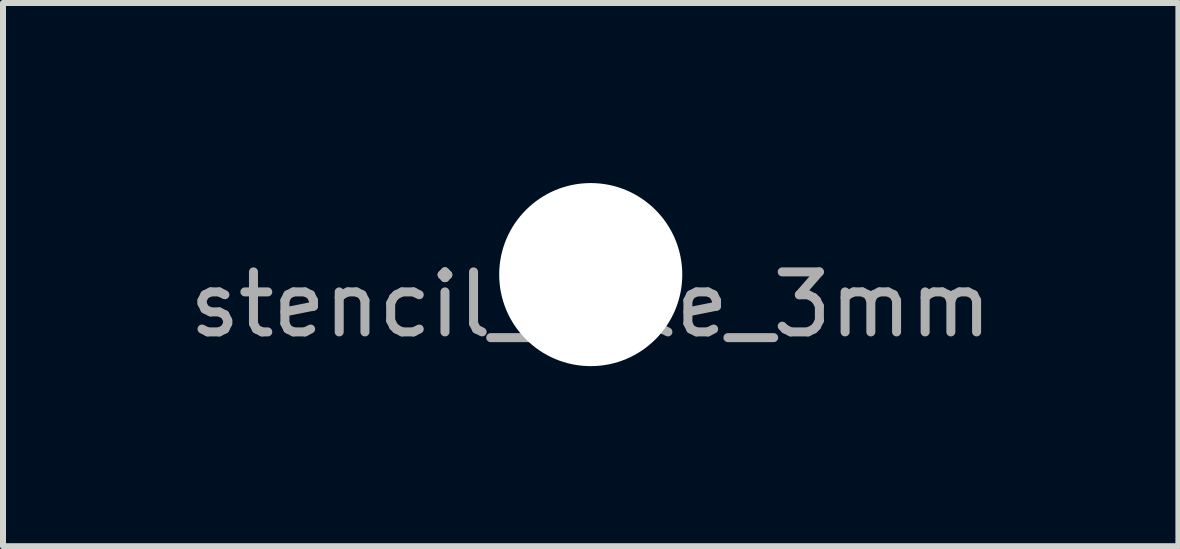
<source format=kicad_pcb>
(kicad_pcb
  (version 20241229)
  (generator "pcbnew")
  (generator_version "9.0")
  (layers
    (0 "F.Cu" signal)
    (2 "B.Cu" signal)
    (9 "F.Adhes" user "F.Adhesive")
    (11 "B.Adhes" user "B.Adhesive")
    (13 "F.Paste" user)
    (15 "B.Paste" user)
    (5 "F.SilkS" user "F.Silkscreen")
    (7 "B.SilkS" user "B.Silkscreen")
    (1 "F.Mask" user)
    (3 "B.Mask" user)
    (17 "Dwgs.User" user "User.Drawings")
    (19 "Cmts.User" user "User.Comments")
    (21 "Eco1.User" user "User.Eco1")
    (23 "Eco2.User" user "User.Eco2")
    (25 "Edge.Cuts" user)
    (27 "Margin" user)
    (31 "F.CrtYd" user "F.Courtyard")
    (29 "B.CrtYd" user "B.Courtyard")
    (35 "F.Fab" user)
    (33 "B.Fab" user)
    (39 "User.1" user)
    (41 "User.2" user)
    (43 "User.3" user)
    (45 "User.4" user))
  (footprint "stencil_hole_3mm"
    (layer "F.Cu")
    (at 6.792 1.525)
    (property "Reference" "stencil_hole_3mm" (at 0 0.5 0) (layer "F.Fab") (effects (font (size 1 1) (thickness 0.15))))
    (attr through_hole)
    (pad "" np_thru_hole circle (at 0 0) (size 3.05 3.05) (drill 3.05) (layers "*.Cu" "*.Paste" "*.Mask")))
  (gr_rect
    (start -3 -3)
    (end 16.583 6.05)
    (stroke (width 0.1) (type default))
    (fill no)
    (layer "Edge.Cuts")))
</source>
